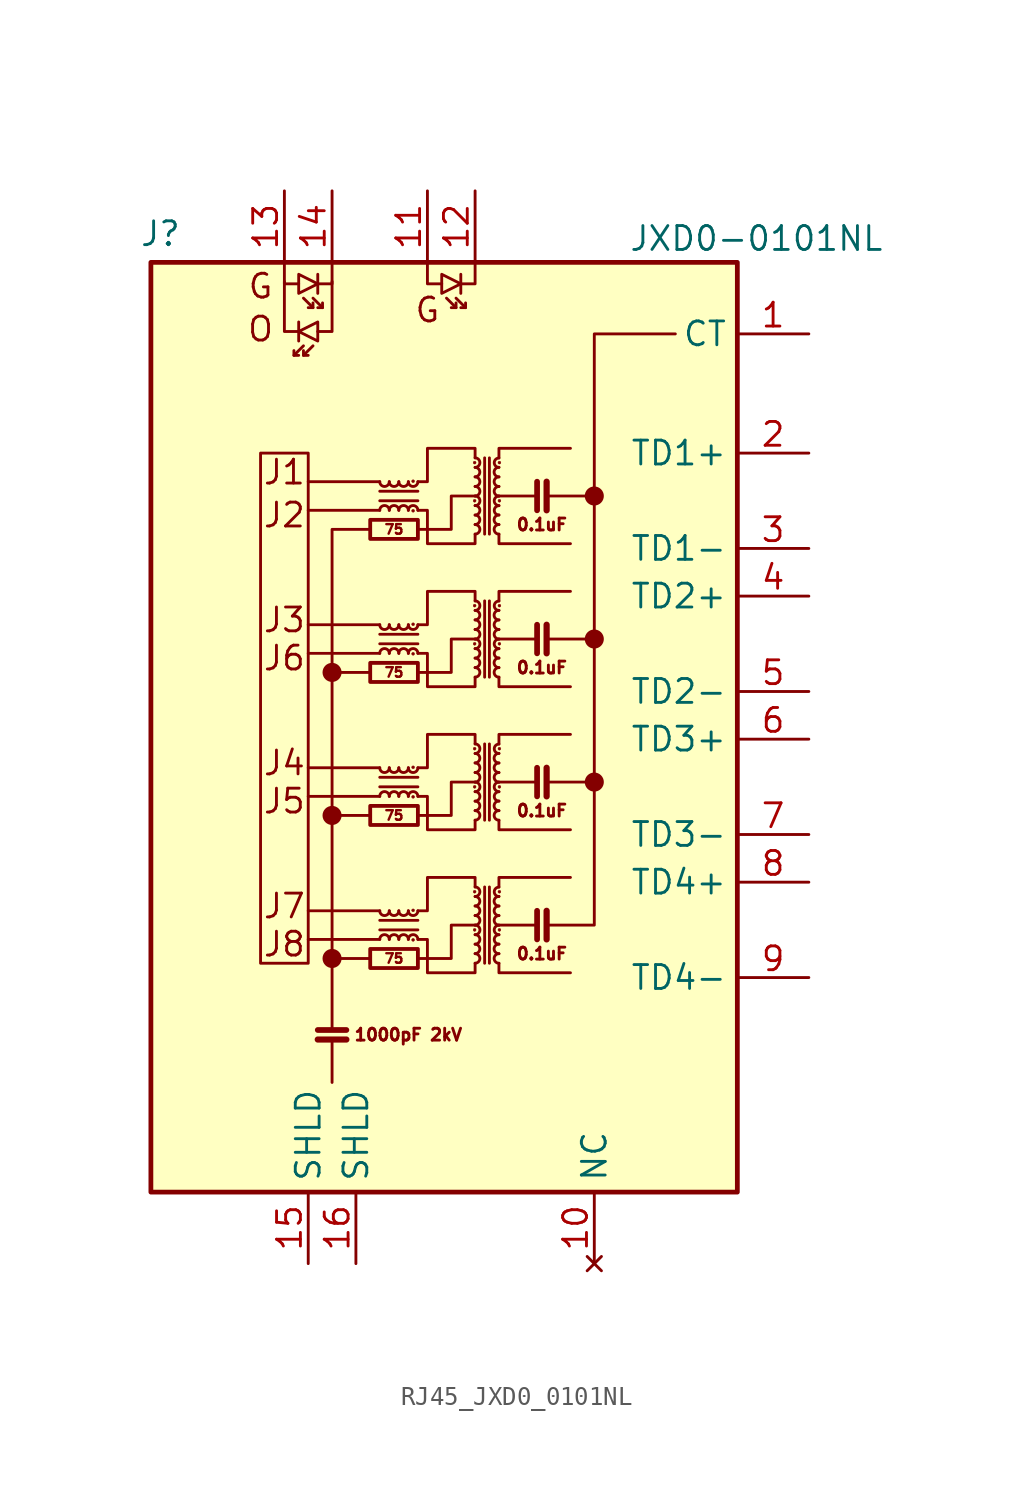
<source format=kicad_sym>
(kicad_symbol_lib
  (version 20241209)
  (generator "kicad_symbol_editor")
  (generator_version "9.0")
  (symbol "RJ45_JXD0_0101NL"
    (property "Reference" "J"
      (at -23.114 25.654 0)
      (effects (font (size 1.27 1.27))))
    (property "Value" "JXD0-0101NL"
      (at 8.636 25.4 0)
      (effects (font (size 1.27 1.27))))
    (symbol "RJ45_JXD0_0101NL_0_0"
      (circle (center -13.97 2.286) (radius 0.0001) (stroke (width 0.508) (type default)) (fill (type none)))
      (circle (center -13.97 -5.334) (radius 0.0001) (stroke (width 0.508) (type default)) (fill (type none)))
      (circle (center -13.97 -12.954) (radius 0.0001) (stroke (width 0.508) (type default)) (fill (type none)))
      (polyline (pts (xy -11.938 -12.954) (xy -13.97 -12.954)) (stroke (width 0) (type default)) (fill (type none)))
      (polyline (pts (xy -11.43 12.446) (xy -15.24 12.446)) (stroke (width 0) (type default)) (fill (type none)))
      (polyline (pts (xy -11.43 10.922) (xy -15.24 10.922)) (stroke (width 0) (type default)) (fill (type none)))
      (polyline (pts (xy -11.43 4.826) (xy -15.24 4.826)) (stroke (width 0) (type default)) (fill (type none)))
      (polyline (pts (xy -11.43 3.302) (xy -15.24 3.302)) (stroke (width 0) (type default)) (fill (type none)))
      (polyline (pts (xy -11.43 -2.794) (xy -15.24 -2.794)) (stroke (width 0) (type default)) (fill (type none)))
      (polyline (pts (xy -11.43 -4.318) (xy -15.24 -4.318)) (stroke (width 0) (type default)) (fill (type none)))
      (polyline (pts (xy -11.43 -10.414) (xy -15.24 -10.414)) (stroke (width 0) (type default)) (fill (type none)))
      (polyline (pts (xy -11.43 -11.938) (xy -15.24 -11.938)) (stroke (width 0) (type default)) (fill (type none)))
      (polyline (pts (xy -9.398 9.906) (xy -7.62 9.906) (xy -7.62 11.684) (xy -6.35 11.684)) (stroke (width 0) (type default)) (fill (type none)))
      (polyline (pts (xy -9.398 2.286) (xy -7.62 2.286) (xy -7.62 4.064) (xy -6.35 4.064)) (stroke (width 0) (type default)) (fill (type none)))
      (polyline (pts (xy -9.398 -5.334) (xy -7.62 -5.334) (xy -7.62 -3.556) (xy -6.35 -3.556)) (stroke (width 0) (type default)) (fill (type none)))
      (polyline (pts (xy -9.398 -12.954) (xy -7.62 -12.954) (xy -7.62 -11.176) (xy -6.35 -11.176)) (stroke (width 0) (type default)) (fill (type none)))
      (polyline (pts (xy -5.08 4.064) (xy -3.048 4.064)) (stroke (width 0) (type default)) (fill (type none)))
      (polyline (pts (xy -3.048 11.684) (xy -5.08 11.684)) (stroke (width 0) (type default)) (fill (type none)))
      (polyline (pts (xy -3.048 -3.556) (xy -5.08 -3.556)) (stroke (width 0) (type default)) (fill (type none)))
      (polyline (pts (xy -3.048 -11.176) (xy -5.08 -11.176)) (stroke (width 0) (type default)) (fill (type none)))
      (circle (center 0 11.684) (radius 0.0001) (stroke (width 0.508) (type default)) (fill (type none)))
      (polyline (pts (xy 0 11.684) (xy -2.54 11.684)) (stroke (width 0) (type default)) (fill (type none)))
      (circle (center 0 4.064) (radius 0.0001) (stroke (width 0.508) (type default)) (fill (type none)))
      (polyline (pts (xy 0 4.064) (xy -2.54 4.064)) (stroke (width 0) (type default)) (fill (type none)))
      (polyline (pts (xy 0 -3.556) (xy -2.54 -3.556)) (stroke (width 0) (type default)) (fill (type none)))
      (circle (center 0 -3.556) (radius 0.0001) (stroke (width 0.508) (type default)) (fill (type none)))
      (text "1000pF 2kV" (at -9.906 -17.018 0) (effects (font (size 0.635 0.635)))))
    (symbol "RJ45_JXD0_0101NL_0_1"
      (rectangle (start -23.622 24.13) (end 7.62 -25.4) (stroke (width 0.254) (type default)) (fill (type background)))
      (polyline (pts (xy -16.51 24.13) (xy -16.51 22.987) (xy -15.748 22.987)) (stroke (width 0) (type default)) (fill (type none)))
      (polyline (pts (xy -16.51 23.114) (xy -16.51 20.447) (xy -15.748 20.447)) (stroke (width 0) (type default)) (fill (type none)))
      (polyline (pts (xy -16.002 19.431) (xy -16.002 19.177) (xy -15.748 19.177)) (stroke (width 0) (type default)) (fill (type none)))
      (polyline (pts (xy -16.002 19.177) (xy -15.494 19.685)) (stroke (width 0) (type default)) (fill (type none)))
      (polyline (pts (xy -15.748 20.955) (xy -15.748 19.939)) (stroke (width 0) (type default)) (fill (type none)))
      (polyline (pts (xy -15.748 20.447) (xy -14.732 20.955) (xy -14.732 19.939) (xy -15.748 20.447)) (stroke (width 0) (type default)) (fill (type none)))
      (polyline (pts (xy -15.494 19.431) (xy -15.494 19.177) (xy -15.24 19.177)) (stroke (width 0) (type default)) (fill (type none)))
      (polyline (pts (xy -15.494 19.177) (xy -14.986 19.685)) (stroke (width 0) (type default)) (fill (type none)))
      (rectangle (start -15.24 -13.208) (end -17.78 13.97) (stroke (width 0) (type default)) (fill (type none)))
      (polyline (pts (xy -14.986 21.971) (xy -14.986 21.717) (xy -15.24 21.717)) (stroke (width 0) (type default)) (fill (type none)))
      (polyline (pts (xy -14.986 21.717) (xy -15.494 22.225)) (stroke (width 0) (type default)) (fill (type none)))
      (polyline (pts (xy -14.732 23.495) (xy -14.732 22.479)) (stroke (width 0) (type default)) (fill (type none)))
      (polyline (pts (xy -14.732 22.987) (xy -15.748 23.495) (xy -15.748 22.479) (xy -14.732 22.987)) (stroke (width 0) (type default)) (fill (type none)))
      (polyline (pts (xy -14.732 -16.764) (xy -13.208 -16.764)) (stroke (width 0.305) (type default)) (fill (type none)))
      (polyline (pts (xy -14.732 -17.272) (xy -13.208 -17.272)) (stroke (width 0.33) (type default)) (fill (type none)))
      (polyline (pts (xy -14.478 21.971) (xy -14.478 21.717) (xy -14.732 21.717)) (stroke (width 0) (type default)) (fill (type none)))
      (polyline (pts (xy -14.478 21.717) (xy -14.986 22.225)) (stroke (width 0) (type default)) (fill (type none)))
      (polyline (pts (xy -13.97 24.13) (xy -13.97 22.987) (xy -14.732 22.987)) (stroke (width 0) (type default)) (fill (type none)))
      (polyline (pts (xy -13.97 23.114) (xy -13.97 20.447) (xy -14.732 20.447)) (stroke (width 0) (type default)) (fill (type none)))
      (polyline (pts (xy -13.97 2.286) (xy -11.938 2.286)) (stroke (width 0) (type default)) (fill (type none)))
      (polyline (pts (xy -13.97 -16.764) (xy -13.97 9.906) (xy -11.938 9.906)) (stroke (width 0) (type default)) (fill (type none)))
      (polyline (pts (xy -13.97 -19.558) (xy -13.97 -17.272)) (stroke (width 0) (type default)) (fill (type none)))
      (rectangle (start -11.938 9.398) (end -9.398 10.414) (stroke (width 0.203) (type default)) (fill (type none)))
      (rectangle (start -11.938 1.778) (end -9.398 2.794) (stroke (width 0.203) (type default)) (fill (type none)))
      (polyline (pts (xy -11.938 -5.334) (xy -13.97 -5.334)) (stroke (width 0) (type default)) (fill (type none)))
      (rectangle (start -11.938 -5.842) (end -9.398 -4.826) (stroke (width 0.203) (type default)) (fill (type none)))
      (rectangle (start -11.938 -13.462) (end -9.398 -12.446) (stroke (width 0.203) (type default)) (fill (type none)))
      (polyline (pts (xy -11.43 11.43) (xy -9.398 11.43)) (stroke (width 0) (type default)) (fill (type none)))
      (polyline (pts (xy -11.43 3.81) (xy -9.398 3.81)) (stroke (width 0) (type default)) (fill (type none)))
      (polyline (pts (xy -11.43 -3.81) (xy -9.398 -3.81)) (stroke (width 0) (type default)) (fill (type none)))
      (polyline (pts (xy -11.43 -11.43) (xy -9.398 -11.43)) (stroke (width 0) (type default)) (fill (type none)))
      (arc (start -10.922 12.446) (mid -11.176 12.1931) (end -11.43 12.446) (stroke (width 0) (type default)) (fill (type none)))
      (arc (start -11.43 10.922) (mid -11.176 11.1749) (end -10.922 10.922) (stroke (width 0) (type default)) (fill (type none)))
      (arc (start -10.922 4.826) (mid -11.176 4.5731) (end -11.43 4.826) (stroke (width 0) (type default)) (fill (type none)))
      (arc (start -11.43 3.302) (mid -11.176 3.5549) (end -10.922 3.302) (stroke (width 0) (type default)) (fill (type none)))
      (arc (start -10.922 -2.794) (mid -11.176 -3.0469) (end -11.43 -2.794) (stroke (width 0) (type default)) (fill (type none)))
      (arc (start -11.43 -4.318) (mid -11.176 -4.0651) (end -10.922 -4.318) (stroke (width 0) (type default)) (fill (type none)))
      (arc (start -10.922 -10.414) (mid -11.176 -10.6669) (end -11.43 -10.414) (stroke (width 0) (type default)) (fill (type none)))
      (arc (start -11.43 -11.938) (mid -11.176 -11.6851) (end -10.922 -11.938) (stroke (width 0) (type default)) (fill (type none)))
      (arc (start -10.414 12.446) (mid -10.668 12.1931) (end -10.922 12.446) (stroke (width 0) (type default)) (fill (type none)))
      (arc (start -10.922 10.922) (mid -10.668 11.1749) (end -10.414 10.922) (stroke (width 0) (type default)) (fill (type none)))
      (arc (start -10.414 4.826) (mid -10.668 4.5731) (end -10.922 4.826) (stroke (width 0) (type default)) (fill (type none)))
      (arc (start -10.922 3.302) (mid -10.668 3.5549) (end -10.414 3.302) (stroke (width 0) (type default)) (fill (type none)))
      (arc (start -10.414 -2.794) (mid -10.668 -3.0469) (end -10.922 -2.794) (stroke (width 0) (type default)) (fill (type none)))
      (arc (start -10.922 -4.318) (mid -10.668 -4.0651) (end -10.414 -4.318) (stroke (width 0) (type default)) (fill (type none)))
      (arc (start -10.414 -10.414) (mid -10.668 -10.6669) (end -10.922 -10.414) (stroke (width 0) (type default)) (fill (type none)))
      (arc (start -10.922 -11.938) (mid -10.668 -11.6851) (end -10.414 -11.938) (stroke (width 0) (type default)) (fill (type none)))
      (arc (start -9.906 12.446) (mid -10.16 12.1931) (end -10.414 12.446) (stroke (width 0) (type default)) (fill (type none)))
      (arc (start -10.414 10.922) (mid -10.16 11.1749) (end -9.906 10.922) (stroke (width 0) (type default)) (fill (type none)))
      (arc (start -9.906 4.826) (mid -10.16 4.5731) (end -10.414 4.826) (stroke (width 0) (type default)) (fill (type none)))
      (arc (start -10.414 3.302) (mid -10.16 3.5549) (end -9.906 3.302) (stroke (width 0) (type default)) (fill (type none)))
      (arc (start -9.906 -2.794) (mid -10.16 -3.0469) (end -10.414 -2.794) (stroke (width 0) (type default)) (fill (type none)))
      (arc (start -10.414 -4.318) (mid -10.16 -4.0651) (end -9.906 -4.318) (stroke (width 0) (type default)) (fill (type none)))
      (arc (start -9.906 -10.414) (mid -10.16 -10.6669) (end -10.414 -10.414) (stroke (width 0) (type default)) (fill (type none)))
      (arc (start -10.414 -11.938) (mid -10.16 -11.6851) (end -9.906 -11.938) (stroke (width 0) (type default)) (fill (type none)))
      (circle (center -9.652 12.471) (radius 0.076) (stroke (width 0.025) (type default)) (fill (type outline)))
      (arc (start -9.398 12.446) (mid -9.652 12.1931) (end -9.906 12.446) (stroke (width 0) (type default)) (fill (type none)))
      (arc (start -9.906 10.922) (mid -9.652 11.1749) (end -9.398 10.922) (stroke (width 0) (type default)) (fill (type none)))
      (circle (center -9.652 10.897) (radius 0.076) (stroke (width 0.025) (type default)) (fill (type outline)))
      (circle (center -9.652 4.851) (radius 0.076) (stroke (width 0.025) (type default)) (fill (type outline)))
      (arc (start -9.398 4.826) (mid -9.652 4.5731) (end -9.906 4.826) (stroke (width 0) (type default)) (fill (type none)))
      (arc (start -9.906 3.302) (mid -9.652 3.5549) (end -9.398 3.302) (stroke (width 0) (type default)) (fill (type none)))
      (circle (center -9.652 3.277) (radius 0.076) (stroke (width 0.025) (type default)) (fill (type outline)))
      (circle (center -9.652 -2.769) (radius 0.076) (stroke (width 0.025) (type default)) (fill (type outline)))
      (arc (start -9.398 -2.794) (mid -9.652 -3.0469) (end -9.906 -2.794) (stroke (width 0) (type default)) (fill (type none)))
      (arc (start -9.906 -4.318) (mid -9.652 -4.0651) (end -9.398 -4.318) (stroke (width 0) (type default)) (fill (type none)))
      (circle (center -9.652 -4.343) (radius 0.076) (stroke (width 0.025) (type default)) (fill (type outline)))
      (circle (center -9.652 -10.389) (radius 0.076) (stroke (width 0.025) (type default)) (fill (type outline)))
      (arc (start -9.398 -10.414) (mid -9.652 -10.6669) (end -9.906 -10.414) (stroke (width 0) (type default)) (fill (type none)))
      (arc (start -9.906 -11.938) (mid -9.652 -11.6851) (end -9.398 -11.938) (stroke (width 0) (type default)) (fill (type none)))
      (circle (center -9.652 -11.963) (radius 0.076) (stroke (width 0.025) (type default)) (fill (type outline)))
      (polyline (pts (xy -9.398 12.446) (xy -8.89 12.446) (xy -8.89 14.224) (xy -6.35 14.224) (xy -6.35 13.716)) (stroke (width 0) (type default)) (fill (type none)))
      (polyline (pts (xy -9.398 11.938) (xy -11.43 11.938)) (stroke (width 0) (type default)) (fill (type none)))
      (polyline (pts (xy -9.398 4.826) (xy -8.89 4.826) (xy -8.89 6.604) (xy -6.35 6.604) (xy -6.35 6.096)) (stroke (width 0) (type default)) (fill (type none)))
      (polyline (pts (xy -9.398 4.318) (xy -11.43 4.318)) (stroke (width 0) (type default)) (fill (type none)))
      (polyline (pts (xy -9.398 -2.794) (xy -8.89 -2.794) (xy -8.89 -1.016) (xy -6.35 -1.016) (xy -6.35 -1.524)) (stroke (width 0) (type default)) (fill (type none)))
      (polyline (pts (xy -9.398 -3.302) (xy -11.43 -3.302)) (stroke (width 0) (type default)) (fill (type none)))
      (polyline (pts (xy -9.398 -10.414) (xy -8.89 -10.414) (xy -8.89 -8.636) (xy -6.35 -8.636) (xy -6.35 -9.144)) (stroke (width 0) (type default)) (fill (type none)))
      (polyline (pts (xy -9.398 -10.922) (xy -11.43 -10.922)) (stroke (width 0) (type default)) (fill (type none)))
      (polyline (pts (xy -8.89 24.13) (xy -8.89 22.987) (xy -8.128 22.987)) (stroke (width 0) (type default)) (fill (type none)))
      (polyline (pts (xy -7.366 21.971) (xy -7.366 21.717) (xy -7.62 21.717)) (stroke (width 0) (type default)) (fill (type none)))
      (polyline (pts (xy -7.366 21.717) (xy -7.874 22.225)) (stroke (width 0) (type default)) (fill (type none)))
      (polyline (pts (xy -7.112 23.495) (xy -7.112 22.479)) (stroke (width 0) (type default)) (fill (type none)))
      (polyline (pts (xy -7.112 22.987) (xy -8.128 23.495) (xy -8.128 22.479) (xy -7.112 22.987)) (stroke (width 0) (type default)) (fill (type none)))
      (polyline (pts (xy -6.858 21.971) (xy -6.858 21.717) (xy -7.112 21.717)) (stroke (width 0) (type default)) (fill (type none)))
      (polyline (pts (xy -6.858 21.717) (xy -7.366 22.225)) (stroke (width 0) (type default)) (fill (type none)))
      (circle (center -6.375 13.462) (radius 0.076) (stroke (width 0.025) (type default)) (fill (type outline)))
      (circle (center -6.375 11.43) (radius 0.076) (stroke (width 0.025) (type default)) (fill (type outline)))
      (circle (center -6.375 5.842) (radius 0.076) (stroke (width 0.025) (type default)) (fill (type outline)))
      (circle (center -6.375 3.81) (radius 0.076) (stroke (width 0.025) (type default)) (fill (type outline)))
      (circle (center -6.375 -1.778) (radius 0.076) (stroke (width 0.025) (type default)) (fill (type outline)))
      (circle (center -6.375 -3.81) (radius 0.076) (stroke (width 0.025) (type default)) (fill (type outline)))
      (circle (center -6.375 -9.398) (radius 0.076) (stroke (width 0.025) (type default)) (fill (type outline)))
      (circle (center -6.375 -11.43) (radius 0.076) (stroke (width 0.025) (type default)) (fill (type outline)))
      (arc (start -6.35 13.716) (mid -6.097 13.462) (end -6.35 13.208) (stroke (width 0) (type default)) (fill (type none)))
      (arc (start -6.35 12.7) (mid -6.097 12.446) (end -6.35 12.192) (stroke (width 0) (type default)) (fill (type none)))
      (arc (start -6.35 12.192) (mid -6.097 11.938) (end -6.35 11.684) (stroke (width 0) (type default)) (fill (type none)))
      (arc (start -6.35 11.684) (mid -6.097 11.43) (end -6.35 11.176) (stroke (width 0) (type default)) (fill (type none)))
      (arc (start -6.35 11.176) (mid -6.097 10.922) (end -6.35 10.668) (stroke (width 0) (type default)) (fill (type none)))
      (arc (start -6.35 10.16) (mid -6.097 9.906) (end -6.35 9.652) (stroke (width 0) (type default)) (fill (type none)))
      (arc (start -6.35 6.096) (mid -6.097 5.842) (end -6.35 5.588) (stroke (width 0) (type default)) (fill (type none)))
      (arc (start -6.35 5.08) (mid -6.097 4.826) (end -6.35 4.572) (stroke (width 0) (type default)) (fill (type none)))
      (arc (start -6.35 4.572) (mid -6.097 4.318) (end -6.35 4.064) (stroke (width 0) (type default)) (fill (type none)))
      (arc (start -6.35 4.064) (mid -6.097 3.81) (end -6.35 3.556) (stroke (width 0) (type default)) (fill (type none)))
      (arc (start -6.35 3.556) (mid -6.097 3.302) (end -6.35 3.048) (stroke (width 0) (type default)) (fill (type none)))
      (arc (start -6.35 2.54) (mid -6.097 2.286) (end -6.35 2.032) (stroke (width 0) (type default)) (fill (type none)))
      (arc (start -6.35 -1.524) (mid -6.097 -1.778) (end -6.35 -2.032) (stroke (width 0) (type default)) (fill (type none)))
      (arc (start -6.35 -2.54) (mid -6.097 -2.794) (end -6.35 -3.048) (stroke (width 0) (type default)) (fill (type none)))
      (arc (start -6.35 -3.048) (mid -6.097 -3.302) (end -6.35 -3.556) (stroke (width 0) (type default)) (fill (type none)))
      (arc (start -6.35 -3.556) (mid -6.097 -3.81) (end -6.35 -4.064) (stroke (width 0) (type default)) (fill (type none)))
      (arc (start -6.35 -4.064) (mid -6.097 -4.318) (end -6.35 -4.572) (stroke (width 0) (type default)) (fill (type none)))
      (arc (start -6.35 -5.08) (mid -6.097 -5.334) (end -6.35 -5.588) (stroke (width 0) (type default)) (fill (type none)))
      (arc (start -6.35 -9.144) (mid -6.097 -9.398) (end -6.35 -9.652) (stroke (width 0) (type default)) (fill (type none)))
      (arc (start -6.35 -10.16) (mid -6.097 -10.414) (end -6.35 -10.668) (stroke (width 0) (type default)) (fill (type none)))
      (arc (start -6.35 -10.668) (mid -6.097 -10.922) (end -6.35 -11.176) (stroke (width 0) (type default)) (fill (type none)))
      (arc (start -6.35 -11.176) (mid -6.097 -11.43) (end -6.35 -11.684) (stroke (width 0) (type default)) (fill (type none)))
      (arc (start -6.35 -11.684) (mid -6.097 -11.938) (end -6.35 -12.192) (stroke (width 0) (type default)) (fill (type none)))
      (arc (start -6.35 -12.7) (mid -6.097 -12.954) (end -6.35 -13.208) (stroke (width 0) (type default)) (fill (type none)))
      (polyline (pts (xy -6.35 24.13) (xy -6.35 22.987) (xy -7.112 22.987)) (stroke (width 0) (type default)) (fill (type none)))
      (arc (start -6.35 13.208) (mid -6.096 12.954) (end -6.35 12.7) (stroke (width 0) (type default)) (fill (type none)))
      (arc (start -6.35 10.668) (mid -6.096 10.414) (end -6.35 10.16) (stroke (width 0) (type default)) (fill (type none)))
      (polyline (pts (xy -6.35 9.652) (xy -6.35 9.144) (xy -8.89 9.144) (xy -8.89 10.922) (xy -9.398 10.922)) (stroke (width 0) (type default)) (fill (type none)))
      (arc (start -6.35 5.588) (mid -6.096 5.334) (end -6.35 5.08) (stroke (width 0) (type default)) (fill (type none)))
      (arc (start -6.35 3.048) (mid -6.096 2.794) (end -6.35 2.54) (stroke (width 0) (type default)) (fill (type none)))
      (polyline (pts (xy -6.35 2.032) (xy -6.35 1.524) (xy -8.89 1.524) (xy -8.89 3.302) (xy -9.398 3.302)) (stroke (width 0) (type default)) (fill (type none)))
      (arc (start -6.35 -2.032) (mid -6.096 -2.286) (end -6.35 -2.54) (stroke (width 0) (type default)) (fill (type none)))
      (arc (start -6.35 -4.572) (mid -6.096 -4.826) (end -6.35 -5.08) (stroke (width 0) (type default)) (fill (type none)))
      (polyline (pts (xy -6.35 -5.588) (xy -6.35 -6.096) (xy -8.89 -6.096) (xy -8.89 -4.318) (xy -9.398 -4.318)) (stroke (width 0) (type default)) (fill (type none)))
      (arc (start -6.35 -9.652) (mid -6.096 -9.906) (end -6.35 -10.16) (stroke (width 0) (type default)) (fill (type none)))
      (arc (start -6.35 -12.192) (mid -6.096 -12.446) (end -6.35 -12.7) (stroke (width 0) (type default)) (fill (type none)))
      (polyline (pts (xy -6.35 -13.208) (xy -6.35 -13.716) (xy -8.89 -13.716) (xy -8.89 -11.938) (xy -9.398 -11.938)) (stroke (width 0) (type default)) (fill (type none)))
      (polyline (pts (xy -5.842 13.716) (xy -5.842 9.652)) (stroke (width 0) (type default)) (fill (type none)))
      (polyline (pts (xy -5.842 6.096) (xy -5.842 2.032)) (stroke (width 0) (type default)) (fill (type none)))
      (polyline (pts (xy -5.842 -1.524) (xy -5.842 -5.588)) (stroke (width 0) (type default)) (fill (type none)))
      (polyline (pts (xy -5.842 -9.144) (xy -5.842 -13.208)) (stroke (width 0) (type default)) (fill (type none)))
      (polyline (pts (xy -5.588 9.652) (xy -5.588 13.716)) (stroke (width 0) (type default)) (fill (type none)))
      (polyline (pts (xy -5.588 2.032) (xy -5.588 6.096)) (stroke (width 0) (type default)) (fill (type none)))
      (polyline (pts (xy -5.588 -5.588) (xy -5.588 -1.524)) (stroke (width 0) (type default)) (fill (type none)))
      (polyline (pts (xy -5.588 -13.208) (xy -5.588 -9.144)) (stroke (width 0) (type default)) (fill (type none)))
      (polyline (pts (xy -5.08 13.716) (xy -5.08 14.224) (xy -1.27 14.224)) (stroke (width 0) (type default)) (fill (type none)))
      (arc (start -5.08 12.7) (mid -5.334 12.954) (end -5.08 13.208) (stroke (width 0) (type default)) (fill (type none)))
      (arc (start -5.08 10.16) (mid -5.334 10.414) (end -5.08 10.668) (stroke (width 0) (type default)) (fill (type none)))
      (polyline (pts (xy -5.08 9.652) (xy -5.08 9.144) (xy -1.27 9.144)) (stroke (width 0) (type default)) (fill (type none)))
      (polyline (pts (xy -5.08 6.096) (xy -5.08 6.604) (xy -1.27 6.604)) (stroke (width 0) (type default)) (fill (type none)))
      (arc (start -5.08 5.08) (mid -5.334 5.334) (end -5.08 5.588) (stroke (width 0) (type default)) (fill (type none)))
      (arc (start -5.08 2.54) (mid -5.334 2.794) (end -5.08 3.048) (stroke (width 0) (type default)) (fill (type none)))
      (polyline (pts (xy -5.08 2.032) (xy -5.08 1.524) (xy -1.27 1.524)) (stroke (width 0) (type default)) (fill (type none)))
      (polyline (pts (xy -5.08 -1.524) (xy -5.08 -1.016) (xy -1.27 -1.016)) (stroke (width 0) (type default)) (fill (type none)))
      (arc (start -5.08 -2.54) (mid -5.334 -2.286) (end -5.08 -2.032) (stroke (width 0) (type default)) (fill (type none)))
      (arc (start -5.08 -5.08) (mid -5.334 -4.826) (end -5.08 -4.572) (stroke (width 0) (type default)) (fill (type none)))
      (polyline (pts (xy -5.08 -5.588) (xy -5.08 -6.096) (xy -1.27 -6.096)) (stroke (width 0) (type default)) (fill (type none)))
      (polyline (pts (xy -5.08 -9.144) (xy -5.08 -8.636) (xy -1.27 -8.636)) (stroke (width 0) (type default)) (fill (type none)))
      (arc (start -5.08 -10.16) (mid -5.334 -9.906) (end -5.08 -9.652) (stroke (width 0) (type default)) (fill (type none)))
      (arc (start -5.08 -12.7) (mid -5.334 -12.446) (end -5.08 -12.192) (stroke (width 0) (type default)) (fill (type none)))
      (polyline (pts (xy -5.08 -13.208) (xy -5.08 -13.716) (xy -1.27 -13.716)) (stroke (width 0) (type default)) (fill (type none)))
      (arc (start -5.08 13.208) (mid -5.333 13.462) (end -5.08 13.716) (stroke (width 0) (type default)) (fill (type none)))
      (arc (start -5.08 12.192) (mid -5.333 12.446) (end -5.08 12.7) (stroke (width 0) (type default)) (fill (type none)))
      (arc (start -5.08 11.684) (mid -5.333 11.938) (end -5.08 12.192) (stroke (width 0) (type default)) (fill (type none)))
      (arc (start -5.08 11.176) (mid -5.333 11.43) (end -5.08 11.684) (stroke (width 0) (type default)) (fill (type none)))
      (arc (start -5.08 10.668) (mid -5.333 10.922) (end -5.08 11.176) (stroke (width 0) (type default)) (fill (type none)))
      (arc (start -5.08 9.652) (mid -5.333 9.906) (end -5.08 10.16) (stroke (width 0) (type default)) (fill (type none)))
      (arc (start -5.08 5.588) (mid -5.333 5.842) (end -5.08 6.096) (stroke (width 0) (type default)) (fill (type none)))
      (arc (start -5.08 4.572) (mid -5.333 4.826) (end -5.08 5.08) (stroke (width 0) (type default)) (fill (type none)))
      (arc (start -5.08 4.064) (mid -5.333 4.318) (end -5.08 4.572) (stroke (width 0) (type default)) (fill (type none)))
      (arc (start -5.08 3.556) (mid -5.333 3.81) (end -5.08 4.064) (stroke (width 0) (type default)) (fill (type none)))
      (arc (start -5.08 3.048) (mid -5.333 3.302) (end -5.08 3.556) (stroke (width 0) (type default)) (fill (type none)))
      (arc (start -5.08 2.032) (mid -5.333 2.286) (end -5.08 2.54) (stroke (width 0) (type default)) (fill (type none)))
      (arc (start -5.08 -2.032) (mid -5.333 -1.778) (end -5.08 -1.524) (stroke (width 0) (type default)) (fill (type none)))
      (arc (start -5.08 -3.048) (mid -5.333 -2.794) (end -5.08 -2.54) (stroke (width 0) (type default)) (fill (type none)))
      (arc (start -5.08 -3.556) (mid -5.333 -3.302) (end -5.08 -3.048) (stroke (width 0) (type default)) (fill (type none)))
      (arc (start -5.08 -4.064) (mid -5.333 -3.81) (end -5.08 -3.556) (stroke (width 0) (type default)) (fill (type none)))
      (arc (start -5.08 -4.572) (mid -5.333 -4.318) (end -5.08 -4.064) (stroke (width 0) (type default)) (fill (type none)))
      (arc (start -5.08 -5.588) (mid -5.333 -5.334) (end -5.08 -5.08) (stroke (width 0) (type default)) (fill (type none)))
      (arc (start -5.08 -9.652) (mid -5.333 -9.398) (end -5.08 -9.144) (stroke (width 0) (type default)) (fill (type none)))
      (arc (start -5.08 -10.668) (mid -5.333 -10.414) (end -5.08 -10.16) (stroke (width 0) (type default)) (fill (type none)))
      (arc (start -5.08 -11.176) (mid -5.333 -10.922) (end -5.08 -10.668) (stroke (width 0) (type default)) (fill (type none)))
      (arc (start -5.08 -11.684) (mid -5.333 -11.43) (end -5.08 -11.176) (stroke (width 0) (type default)) (fill (type none)))
      (arc (start -5.08 -12.192) (mid -5.333 -11.938) (end -5.08 -11.684) (stroke (width 0) (type default)) (fill (type none)))
      (arc (start -5.08 -13.208) (mid -5.333 -12.954) (end -5.08 -12.7) (stroke (width 0) (type default)) (fill (type none)))
      (circle (center -5.055 13.462) (radius 0.076) (stroke (width 0.025) (type default)) (fill (type outline)))
      (circle (center -5.055 11.43) (radius 0.076) (stroke (width 0.025) (type default)) (fill (type outline)))
      (circle (center -5.055 5.842) (radius 0.076) (stroke (width 0.025) (type default)) (fill (type outline)))
      (circle (center -5.055 3.81) (radius 0.076) (stroke (width 0.025) (type default)) (fill (type outline)))
      (circle (center -5.055 -1.778) (radius 0.076) (stroke (width 0.025) (type default)) (fill (type outline)))
      (circle (center -5.055 -3.81) (radius 0.076) (stroke (width 0.025) (type default)) (fill (type outline)))
      (circle (center -5.055 -9.398) (radius 0.076) (stroke (width 0.025) (type default)) (fill (type outline)))
      (circle (center -5.055 -11.43) (radius 0.076) (stroke (width 0.025) (type default)) (fill (type outline)))
      (polyline (pts (xy -3.048 10.922) (xy -3.048 12.446)) (stroke (width 0.305) (type default)) (fill (type none)))
      (polyline (pts (xy -3.048 3.302) (xy -3.048 4.826)) (stroke (width 0.305) (type default)) (fill (type none)))
      (polyline (pts (xy -3.048 -4.318) (xy -3.048 -2.794)) (stroke (width 0.305) (type default)) (fill (type none)))
      (polyline (pts (xy -3.048 -11.938) (xy -3.048 -10.414)) (stroke (width 0.305) (type default)) (fill (type none)))
      (polyline (pts (xy -2.54 10.922) (xy -2.54 12.446)) (stroke (width 0.33) (type default)) (fill (type none)))
      (polyline (pts (xy -2.54 3.302) (xy -2.54 4.826)) (stroke (width 0.33) (type default)) (fill (type none)))
      (polyline (pts (xy -2.54 -4.318) (xy -2.54 -2.794)) (stroke (width 0.33) (type default)) (fill (type none)))
      (polyline (pts (xy -2.54 -11.938) (xy -2.54 -10.414)) (stroke (width 0.33) (type default)) (fill (type none)))
      (polyline (pts (xy 4.318 20.32) (xy 0 20.32) (xy 0 -11.176) (xy -2.54 -11.176)) (stroke (width 0) (type default)) (fill (type none))))
    (symbol "RJ45_JXD0_0101NL_1_0"
      (text "75" (at -10.668 9.906 0) (effects (font (size 0.508 0.508))))
      (text "75" (at -10.668 2.286 0) (effects (font (size 0.508 0.508))))
      (text "75" (at -10.668 -5.334 0) (effects (font (size 0.508 0.508))))
      (text "75" (at -10.668 -12.954 0) (effects (font (size 0.508 0.508)))))
    (symbol "RJ45_JXD0_0101NL_1_1"
      (text "G" (at -17.78 22.86 0) (effects (font (size 1.27 1.27))))
      (text "O" (at -17.78 20.574 0) (effects (font (size 1.27 1.27))))
      (text "J1" (at -16.51 12.954 0) (effects (font (size 1.27 1.27))))
      (text "J2" (at -16.51 10.668 0) (effects (font (size 1.27 1.27))))
      (text "J3" (at -16.51 5.08 0) (effects (font (size 1.27 1.27))))
      (text "J6" (at -16.51 3.048 0) (effects (font (size 1.27 1.27))))
      (text "J4" (at -16.51 -2.54 0) (effects (font (size 1.27 1.27))))
      (text "J5" (at -16.51 -4.572 0) (effects (font (size 1.27 1.27))))
      (text "J7" (at -16.51 -10.16 0) (effects (font (size 1.27 1.27))))
      (text "J8" (at -16.51 -12.192 0) (effects (font (size 1.27 1.27))))
      (text "G" (at -8.89 21.59 0) (effects (font (size 1.27 1.27))))
      (text "0.1uF" (at -2.794 10.16 0) (effects (font (size 0.635 0.635))))
      (text "0.1uF" (at -2.794 2.54 0) (effects (font (size 0.635 0.635))))
      (text "0.1uF" (at -2.794 -5.08 0) (effects (font (size 0.635 0.635))))
      (text "0.1uF" (at -2.794 -12.7 0) (effects (font (size 0.635 0.635))))
      (pin passive line (at -16.51 27.94 270) (length 3.81) (name "~" (effects (font (size 1.27 1.27)))) (number "13" (effects (font (size 1.27 1.27)))))
      (pin passive line (at -15.24 -29.21 90) (length 3.81) (name "SHLD" (effects (font (size 1.27 1.27)))) (number "15" (effects (font (size 1.27 1.27)))))
      (pin passive line (at -13.97 27.94 270) (length 3.81) (name "~" (effects (font (size 1.27 1.27)))) (number "14" (effects (font (size 1.27 1.27)))))
      (pin passive line (at -12.7 -29.21 90) (length 3.81) (name "SHLD" (effects (font (size 1.27 1.27)))) (number "16" (effects (font (size 1.27 1.27)))))
      (pin passive line (at -8.89 27.94 270) (length 3.81) (name "~" (effects (font (size 1.27 1.27)))) (number "11" (effects (font (size 1.27 1.27)))))
      (pin passive line (at -6.35 27.94 270) (length 3.81) (name "~" (effects (font (size 1.27 1.27)))) (number "12" (effects (font (size 1.27 1.27)))))
      (pin no_connect line (at 0 -29.21 90) (length 3.81) (name "NC" (effects (font (size 1.27 1.27)))) (number "10" (effects (font (size 1.27 1.27)))))
      (pin passive line (at 11.43 20.32 180) (length 3.81) (name "CT" (effects (font (size 1.27 1.27)))) (number "1" (effects (font (size 1.27 1.27)))))
      (pin passive line (at 11.43 13.97 180) (length 3.81) (name "TD1+" (effects (font (size 1.27 1.27)))) (number "2" (effects (font (size 1.27 1.27)))))
      (pin passive line (at 11.43 8.89 180) (length 3.81) (name "TD1-" (effects (font (size 1.27 1.27)))) (number "3" (effects (font (size 1.27 1.27)))))
      (pin passive line (at 11.43 6.35 180) (length 3.81) (name "TD2+" (effects (font (size 1.27 1.27)))) (number "4" (effects (font (size 1.27 1.27)))))
      (pin passive line (at 11.43 1.27 180) (length 3.81) (name "TD2-" (effects (font (size 1.27 1.27)))) (number "5" (effects (font (size 1.27 1.27)))))
      (pin passive line (at 11.43 -1.27 180) (length 3.81) (name "TD3+" (effects (font (size 1.27 1.27)))) (number "6" (effects (font (size 1.27 1.27)))))
      (pin passive line (at 11.43 -6.35 180) (length 3.81) (name "TD3-" (effects (font (size 1.27 1.27)))) (number "7" (effects (font (size 1.27 1.27)))))
      (pin passive line (at 11.43 -8.89 180) (length 3.81) (name "TD4+" (effects (font (size 1.27 1.27)))) (number "8" (effects (font (size 1.27 1.27)))))
      (pin passive line (at 11.43 -13.97 180) (length 3.81) (name "TD4-" (effects (font (size 1.27 1.27)))) (number "9" (effects (font (size 1.27 1.27))))))))
</source>
